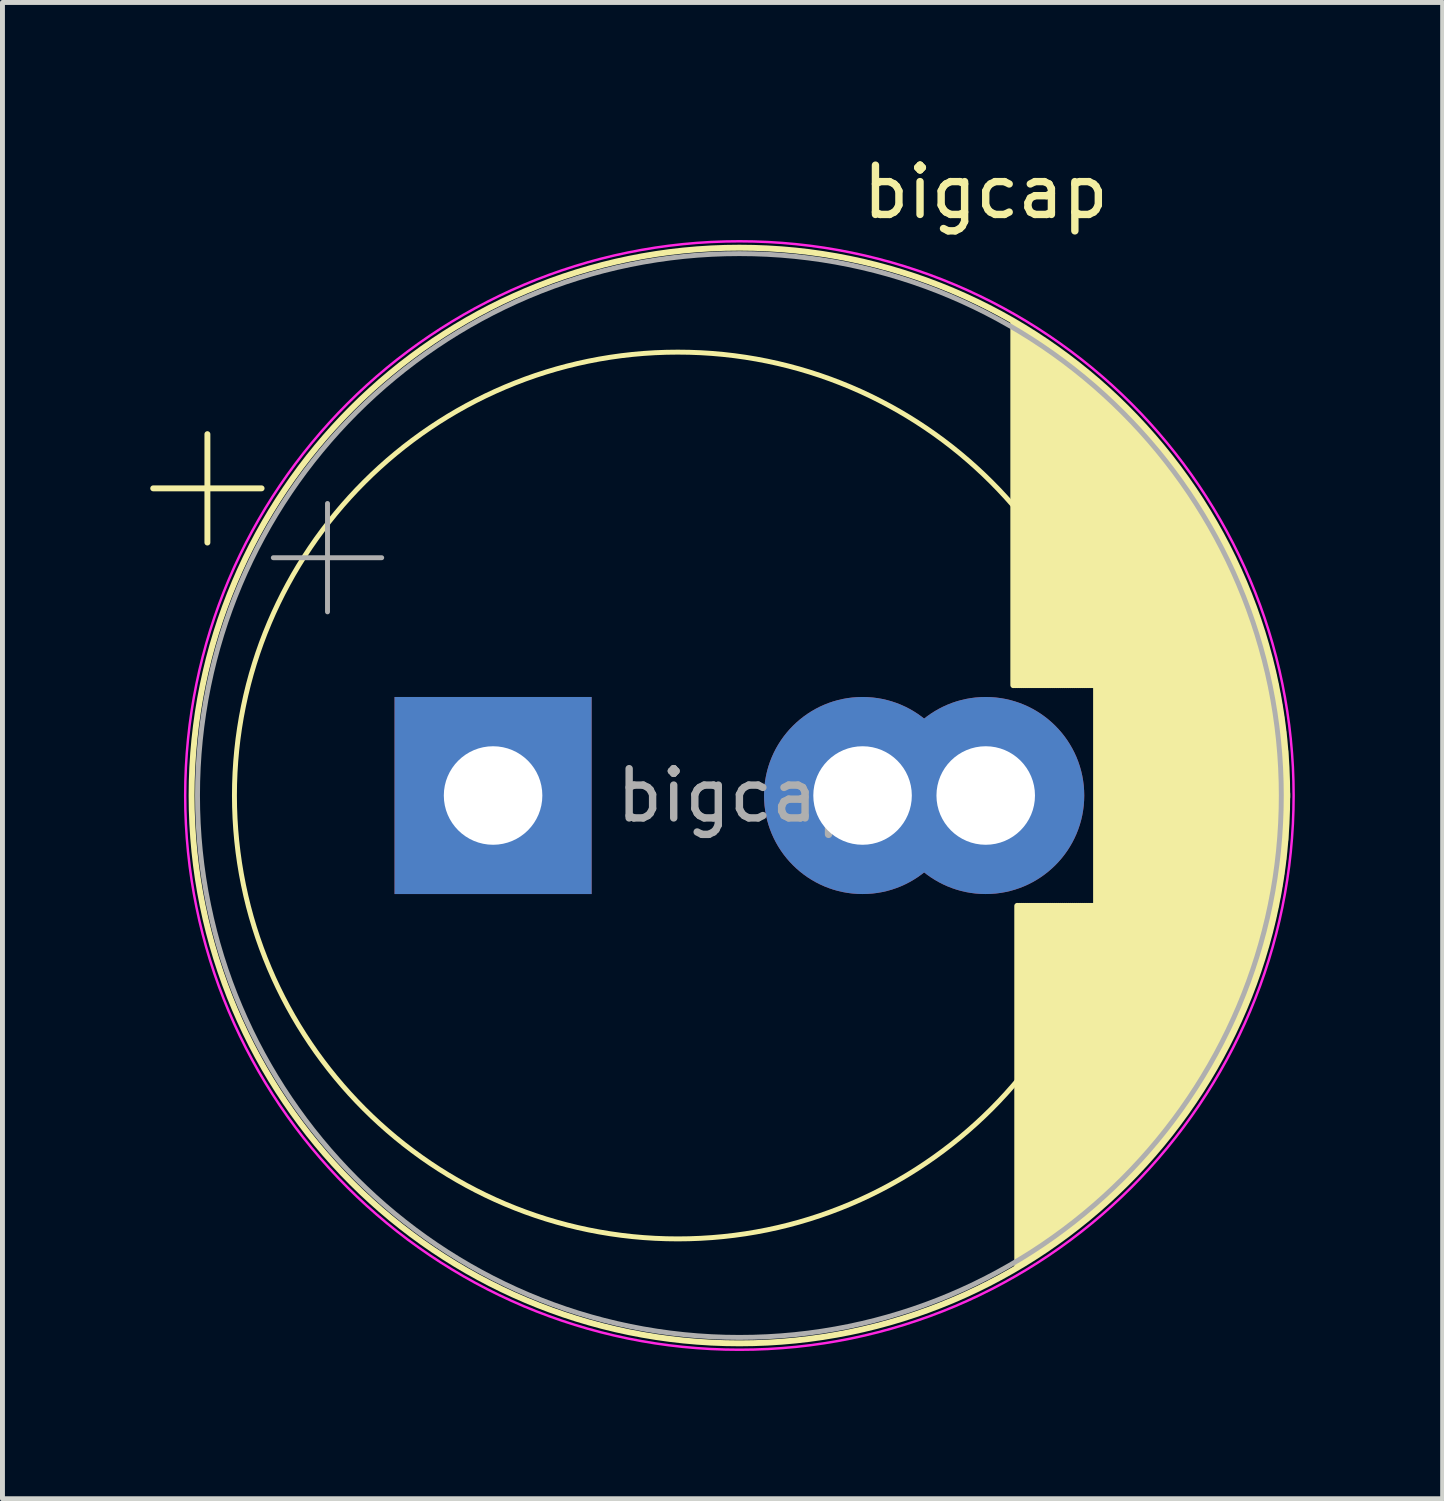
<source format=kicad_pcb>
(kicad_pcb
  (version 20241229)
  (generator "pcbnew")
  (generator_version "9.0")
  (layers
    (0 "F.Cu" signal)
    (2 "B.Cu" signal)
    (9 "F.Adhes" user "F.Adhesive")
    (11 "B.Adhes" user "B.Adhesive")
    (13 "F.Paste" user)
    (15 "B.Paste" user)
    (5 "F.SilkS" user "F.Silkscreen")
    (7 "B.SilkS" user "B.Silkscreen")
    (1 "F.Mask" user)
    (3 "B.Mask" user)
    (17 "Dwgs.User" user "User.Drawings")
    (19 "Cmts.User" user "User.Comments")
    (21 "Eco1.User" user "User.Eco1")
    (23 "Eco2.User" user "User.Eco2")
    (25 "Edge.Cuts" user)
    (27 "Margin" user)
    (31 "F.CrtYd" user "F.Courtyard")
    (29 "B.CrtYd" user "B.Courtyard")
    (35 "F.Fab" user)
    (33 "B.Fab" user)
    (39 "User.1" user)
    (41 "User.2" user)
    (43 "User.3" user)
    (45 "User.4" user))
  (footprint "bigcap"
    (layer "F.Cu")
    (at 11.959 13.098)
    (property "Reference" "bigcap" (at 5 -12.25 0) (layer "F.SilkS") (effects (font (size 1 1) (thickness 0.15))))
    (attr through_hole)
    (fp_line (start -11.899 -6.235) (end -9.699 -6.235) (stroke (width 0.12) (type solid)) (layer "F.SilkS"))
    (fp_line (start -10.799 -7.335) (end -10.799 -5.135) (stroke (width 0.12) (type solid)) (layer "F.SilkS"))
    (fp_line (start 5.56 -9.59) (end 5.56 -2.24) (stroke (width 0.12) (type solid)) (layer "F.SilkS"))
    (fp_line (start 5.6 -9.567) (end 5.6 -2.24) (stroke (width 0.12) (type solid)) (layer "F.SilkS"))
    (fp_line (start 5.64 -9.544) (end 5.64 -2.24) (stroke (width 0.12) (type solid)) (layer "F.SilkS"))
    (fp_line (start 5.64 2.24) (end 5.64 9.544) (stroke (width 0.12) (type solid)) (layer "F.SilkS"))
    (fp_line (start 5.68 -9.52) (end 5.68 -2.24) (stroke (width 0.12) (type solid)) (layer "F.SilkS"))
    (fp_line (start 5.68 2.24) (end 5.68 9.52) (stroke (width 0.12) (type solid)) (layer "F.SilkS"))
    (fp_line (start 5.72 -9.496) (end 5.72 -2.24) (stroke (width 0.12) (type solid)) (layer "F.SilkS"))
    (fp_line (start 5.72 2.24) (end 5.72 9.496) (stroke (width 0.12) (type solid)) (layer "F.SilkS"))
    (fp_line (start 5.76 -9.472) (end 5.76 -2.24) (stroke (width 0.12) (type solid)) (layer "F.SilkS"))
    (fp_line (start 5.76 2.24) (end 5.76 9.472) (stroke (width 0.12) (type solid)) (layer "F.SilkS"))
    (fp_line (start 5.8 -9.448) (end 5.8 -2.24) (stroke (width 0.12) (type solid)) (layer "F.SilkS"))
    (fp_line (start 5.8 2.24) (end 5.8 9.448) (stroke (width 0.12) (type solid)) (layer "F.SilkS"))
    (fp_line (start 5.84 -9.423) (end 5.84 -2.24) (stroke (width 0.12) (type solid)) (layer "F.SilkS"))
    (fp_line (start 5.84 2.24) (end 5.84 9.423) (stroke (width 0.12) (type solid)) (layer "F.SilkS"))
    (fp_line (start 5.88 -9.398) (end 5.88 -2.24) (stroke (width 0.12) (type solid)) (layer "F.SilkS"))
    (fp_line (start 5.88 2.24) (end 5.88 9.398) (stroke (width 0.12) (type solid)) (layer "F.SilkS"))
    (fp_line (start 5.92 -9.373) (end 5.92 -2.24) (stroke (width 0.12) (type solid)) (layer "F.SilkS"))
    (fp_line (start 5.92 2.24) (end 5.92 9.373) (stroke (width 0.12) (type solid)) (layer "F.SilkS"))
    (fp_line (start 5.96 -9.348) (end 5.96 -2.24) (stroke (width 0.12) (type solid)) (layer "F.SilkS"))
    (fp_line (start 5.96 2.24) (end 5.96 9.348) (stroke (width 0.12) (type solid)) (layer "F.SilkS"))
    (fp_line (start 6 -9.322) (end 6 -2.24) (stroke (width 0.12) (type solid)) (layer "F.SilkS"))
    (fp_line (start 6 2.24) (end 6 9.322) (stroke (width 0.12) (type solid)) (layer "F.SilkS"))
    (fp_line (start 6.04 -9.297) (end 6.04 -2.24) (stroke (width 0.12) (type solid)) (layer "F.SilkS"))
    (fp_line (start 6.04 2.24) (end 6.04 9.297) (stroke (width 0.12) (type solid)) (layer "F.SilkS"))
    (fp_line (start 6.08 -9.271) (end 6.08 -2.24) (stroke (width 0.12) (type solid)) (layer "F.SilkS"))
    (fp_line (start 6.08 2.24) (end 6.08 9.271) (stroke (width 0.12) (type solid)) (layer "F.SilkS"))
    (fp_line (start 6.12 -9.244) (end 6.12 -2.24) (stroke (width 0.12) (type solid)) (layer "F.SilkS"))
    (fp_line (start 6.12 2.24) (end 6.12 9.244) (stroke (width 0.12) (type solid)) (layer "F.SilkS"))
    (fp_line (start 6.16 -9.218) (end 6.16 -2.24) (stroke (width 0.12) (type solid)) (layer "F.SilkS"))
    (fp_line (start 6.16 2.24) (end 6.16 9.218) (stroke (width 0.12) (type solid)) (layer "F.SilkS"))
    (fp_line (start 6.2 -9.191) (end 6.2 -2.24) (stroke (width 0.12) (type solid)) (layer "F.SilkS"))
    (fp_line (start 6.2 2.24) (end 6.2 9.191) (stroke (width 0.12) (type solid)) (layer "F.SilkS"))
    (fp_line (start 6.24 -9.164) (end 6.24 -2.24) (stroke (width 0.12) (type solid)) (layer "F.SilkS"))
    (fp_line (start 6.24 2.24) (end 6.24 9.164) (stroke (width 0.12) (type solid)) (layer "F.SilkS"))
    (fp_line (start 6.28 -9.137) (end 6.28 -2.24) (stroke (width 0.12) (type solid)) (layer "F.SilkS"))
    (fp_line (start 6.28 2.24) (end 6.28 9.137) (stroke (width 0.12) (type solid)) (layer "F.SilkS"))
    (fp_line (start 6.32 -9.109) (end 6.32 -2.24) (stroke (width 0.12) (type solid)) (layer "F.SilkS"))
    (fp_line (start 6.32 2.24) (end 6.32 9.109) (stroke (width 0.12) (type solid)) (layer "F.SilkS"))
    (fp_line (start 6.36 -9.082) (end 6.36 -2.24) (stroke (width 0.12) (type solid)) (layer "F.SilkS"))
    (fp_line (start 6.36 2.24) (end 6.36 9.082) (stroke (width 0.12) (type solid)) (layer "F.SilkS"))
    (fp_line (start 6.4 -9.054) (end 6.4 -2.24) (stroke (width 0.12) (type solid)) (layer "F.SilkS"))
    (fp_line (start 6.4 2.24) (end 6.4 9.054) (stroke (width 0.12) (type solid)) (layer "F.SilkS"))
    (fp_line (start 6.44 -9.025) (end 6.44 -2.24) (stroke (width 0.12) (type solid)) (layer "F.SilkS"))
    (fp_line (start 6.44 2.24) (end 6.44 9.025) (stroke (width 0.12) (type solid)) (layer "F.SilkS"))
    (fp_line (start 6.48 -8.997) (end 6.48 -2.24) (stroke (width 0.12) (type solid)) (layer "F.SilkS"))
    (fp_line (start 6.48 2.24) (end 6.48 8.997) (stroke (width 0.12) (type solid)) (layer "F.SilkS"))
    (fp_line (start 6.52 -8.968) (end 6.52 -2.24) (stroke (width 0.12) (type solid)) (layer "F.SilkS"))
    (fp_line (start 6.52 2.24) (end 6.52 8.968) (stroke (width 0.12) (type solid)) (layer "F.SilkS"))
    (fp_line (start 6.56 -8.939) (end 6.56 -2.24) (stroke (width 0.12) (type solid)) (layer "F.SilkS"))
    (fp_line (start 6.56 2.24) (end 6.56 8.939) (stroke (width 0.12) (type solid)) (layer "F.SilkS"))
    (fp_line (start 6.6 -8.91) (end 6.6 -2.24) (stroke (width 0.12) (type solid)) (layer "F.SilkS"))
    (fp_line (start 6.6 2.24) (end 6.6 8.91) (stroke (width 0.12) (type solid)) (layer "F.SilkS"))
    (fp_line (start 6.64 -8.88) (end 6.64 -2.24) (stroke (width 0.12) (type solid)) (layer "F.SilkS"))
    (fp_line (start 6.64 2.24) (end 6.64 8.88) (stroke (width 0.12) (type solid)) (layer "F.SilkS"))
    (fp_line (start 6.68 -8.85) (end 6.68 -2.24) (stroke (width 0.12) (type solid)) (layer "F.SilkS"))
    (fp_line (start 6.68 2.24) (end 6.68 8.85) (stroke (width 0.12) (type solid)) (layer "F.SilkS"))
    (fp_line (start 6.72 -8.82) (end 6.72 -2.24) (stroke (width 0.12) (type solid)) (layer "F.SilkS"))
    (fp_line (start 6.72 2.24) (end 6.72 8.82) (stroke (width 0.12) (type solid)) (layer "F.SilkS"))
    (fp_line (start 6.76 -8.789) (end 6.76 -2.24) (stroke (width 0.12) (type solid)) (layer "F.SilkS"))
    (fp_line (start 6.76 2.24) (end 6.76 8.789) (stroke (width 0.12) (type solid)) (layer "F.SilkS"))
    (fp_line (start 6.8 -8.759) (end 6.8 -2.24) (stroke (width 0.12) (type solid)) (layer "F.SilkS"))
    (fp_line (start 6.8 2.24) (end 6.8 8.759) (stroke (width 0.12) (type solid)) (layer "F.SilkS"))
    (fp_line (start 6.84 -8.727) (end 6.84 -2.24) (stroke (width 0.12) (type solid)) (layer "F.SilkS"))
    (fp_line (start 6.84 2.24) (end 6.84 8.727) (stroke (width 0.12) (type solid)) (layer "F.SilkS"))
    (fp_line (start 6.88 -8.696) (end 6.88 -2.24) (stroke (width 0.12) (type solid)) (layer "F.SilkS"))
    (fp_line (start 6.88 2.24) (end 6.88 8.696) (stroke (width 0.12) (type solid)) (layer "F.SilkS"))
    (fp_line (start 6.92 -8.664) (end 6.92 -2.24) (stroke (width 0.12) (type solid)) (layer "F.SilkS"))
    (fp_line (start 6.92 2.24) (end 6.92 8.664) (stroke (width 0.12) (type solid)) (layer "F.SilkS"))
    (fp_line (start 6.96 -8.633) (end 6.96 -2.24) (stroke (width 0.12) (type solid)) (layer "F.SilkS"))
    (fp_line (start 6.96 2.24) (end 6.96 8.633) (stroke (width 0.12) (type solid)) (layer "F.SilkS"))
    (fp_line (start 7 -8.6) (end 7 -2.24) (stroke (width 0.12) (type solid)) (layer "F.SilkS"))
    (fp_line (start 7 2.24) (end 7 8.6) (stroke (width 0.12) (type solid)) (layer "F.SilkS"))
    (fp_line (start 7.04 -8.568) (end 7.04 -2.24) (stroke (width 0.12) (type solid)) (layer "F.SilkS"))
    (fp_line (start 7.04 2.24) (end 7.04 8.568) (stroke (width 0.12) (type solid)) (layer "F.SilkS"))
    (fp_line (start 7.08 -8.535) (end 7.08 -2.24) (stroke (width 0.12) (type solid)) (layer "F.SilkS"))
    (fp_line (start 7.08 2.24) (end 7.08 8.535) (stroke (width 0.12) (type solid)) (layer "F.SilkS"))
    (fp_line (start 7.12 -8.502) (end 7.12 -2.24) (stroke (width 0.12) (type solid)) (layer "F.SilkS"))
    (fp_line (start 7.12 2.24) (end 7.12 8.502) (stroke (width 0.12) (type solid)) (layer "F.SilkS"))
    (fp_line (start 7.16 -8.468) (end 7.16 -2.24) (stroke (width 0.12) (type solid)) (layer "F.SilkS"))
    (fp_line (start 7.16 2.24) (end 7.16 8.468) (stroke (width 0.12) (type solid)) (layer "F.SilkS"))
    (fp_line (start 7.2 -8.434) (end 7.2 -2.24) (stroke (width 0.12) (type solid)) (layer "F.SilkS"))
    (fp_line (start 7.2 2.24) (end 7.2 8.434) (stroke (width 0.12) (type solid)) (layer "F.SilkS"))
    (fp_line (start 7.24 -8.4) (end 7.24 8.4) (stroke (width 0.12) (type solid)) (layer "F.SilkS"))
    (fp_line (start 7.28 -8.366) (end 7.28 8.366) (stroke (width 0.12) (type solid)) (layer "F.SilkS"))
    (fp_line (start 7.32 -8.331) (end 7.32 8.331) (stroke (width 0.12) (type solid)) (layer "F.SilkS"))
    (fp_line (start 7.36 -8.296) (end 7.36 8.296) (stroke (width 0.12) (type solid)) (layer "F.SilkS"))
    (fp_line (start 7.4 -8.26) (end 7.4 8.26) (stroke (width 0.12) (type solid)) (layer "F.SilkS"))
    (fp_line (start 7.44 -8.224) (end 7.44 8.224) (stroke (width 0.12) (type solid)) (layer "F.SilkS"))
    (fp_line (start 7.48 -8.188) (end 7.48 8.188) (stroke (width 0.12) (type solid)) (layer "F.SilkS"))
    (fp_line (start 7.52 -8.152) (end 7.52 8.152) (stroke (width 0.12) (type solid)) (layer "F.SilkS"))
    (fp_line (start 7.56 -8.115) (end 7.56 8.115) (stroke (width 0.12) (type solid)) (layer "F.SilkS"))
    (fp_line (start 7.6 -8.078) (end 7.6 8.078) (stroke (width 0.12) (type solid)) (layer "F.SilkS"))
    (fp_line (start 7.64 -8.04) (end 7.64 8.04) (stroke (width 0.12) (type solid)) (layer "F.SilkS"))
    (fp_line (start 7.68 -8.002) (end 7.68 8.002) (stroke (width 0.12) (type solid)) (layer "F.SilkS"))
    (fp_line (start 7.72 -7.963) (end 7.72 7.963) (stroke (width 0.12) (type solid)) (layer "F.SilkS"))
    (fp_line (start 7.76 -7.925) (end 7.76 7.925) (stroke (width 0.12) (type solid)) (layer "F.SilkS"))
    (fp_line (start 7.8 -7.886) (end 7.8 7.886) (stroke (width 0.12) (type solid)) (layer "F.SilkS"))
    (fp_line (start 7.84 -7.846) (end 7.84 7.846) (stroke (width 0.12) (type solid)) (layer "F.SilkS"))
    (fp_line (start 7.88 -7.806) (end 7.88 7.806) (stroke (width 0.12) (type solid)) (layer "F.SilkS"))
    (fp_line (start 7.92 -7.766) (end 7.92 7.766) (stroke (width 0.12) (type solid)) (layer "F.SilkS"))
    (fp_line (start 7.96 -7.725) (end 7.96 7.725) (stroke (width 0.12) (type solid)) (layer "F.SilkS"))
    (fp_line (start 8 -7.684) (end 8 7.684) (stroke (width 0.12) (type solid)) (layer "F.SilkS"))
    (fp_line (start 8.04 -7.642) (end 8.04 7.642) (stroke (width 0.12) (type solid)) (layer "F.SilkS"))
    (fp_line (start 8.08 -7.6) (end 8.08 7.6) (stroke (width 0.12) (type solid)) (layer "F.SilkS"))
    (fp_line (start 8.12 -7.557) (end 8.12 7.557) (stroke (width 0.12) (type solid)) (layer "F.SilkS"))
    (fp_line (start 8.16 -7.514) (end 8.16 7.514) (stroke (width 0.12) (type solid)) (layer "F.SilkS"))
    (fp_line (start 8.2 -7.471) (end 8.2 7.471) (stroke (width 0.12) (type solid)) (layer "F.SilkS"))
    (fp_line (start 8.24 -7.427) (end 8.24 7.427) (stroke (width 0.12) (type solid)) (layer "F.SilkS"))
    (fp_line (start 8.28 -7.383) (end 8.28 7.383) (stroke (width 0.12) (type solid)) (layer "F.SilkS"))
    (fp_line (start 8.32 -7.338) (end 8.32 7.338) (stroke (width 0.12) (type solid)) (layer "F.SilkS"))
    (fp_line (start 8.36 -7.292) (end 8.36 7.292) (stroke (width 0.12) (type solid)) (layer "F.SilkS"))
    (fp_line (start 8.4 -7.247) (end 8.4 7.247) (stroke (width 0.12) (type solid)) (layer "F.SilkS"))
    (fp_line (start 8.44 -7.2) (end 8.44 7.2) (stroke (width 0.12) (type solid)) (layer "F.SilkS"))
    (fp_line (start 8.48 -7.153) (end 8.48 7.153) (stroke (width 0.12) (type solid)) (layer "F.SilkS"))
    (fp_line (start 8.52 -7.106) (end 8.52 7.106) (stroke (width 0.12) (type solid)) (layer "F.SilkS"))
    (fp_line (start 8.56 -7.058) (end 8.56 7.058) (stroke (width 0.12) (type solid)) (layer "F.SilkS"))
    (fp_line (start 8.6 -7.009) (end 8.6 7.009) (stroke (width 0.12) (type solid)) (layer "F.SilkS"))
    (fp_line (start 8.64 -6.96) (end 8.64 6.96) (stroke (width 0.12) (type solid)) (layer "F.SilkS"))
    (fp_line (start 8.68 -6.911) (end 8.68 6.911) (stroke (width 0.12) (type solid)) (layer "F.SilkS"))
    (fp_line (start 8.72 -6.86) (end 8.72 6.86) (stroke (width 0.12) (type solid)) (layer "F.SilkS"))
    (fp_line (start 8.76 -6.81) (end 8.76 6.81) (stroke (width 0.12) (type solid)) (layer "F.SilkS"))
    (fp_line (start 8.8 -6.758) (end 8.8 6.758) (stroke (width 0.12) (type solid)) (layer "F.SilkS"))
    (fp_line (start 8.84 -6.706) (end 8.84 6.706) (stroke (width 0.12) (type solid)) (layer "F.SilkS"))
    (fp_line (start 8.88 -6.653) (end 8.88 6.653) (stroke (width 0.12) (type solid)) (layer "F.SilkS"))
    (fp_line (start 8.92 -6.6) (end 8.92 6.6) (stroke (width 0.12) (type solid)) (layer "F.SilkS"))
    (fp_line (start 8.96 -6.546) (end 8.96 6.546) (stroke (width 0.12) (type solid)) (layer "F.SilkS"))
    (fp_line (start 9 -6.491) (end 9 6.491) (stroke (width 0.12) (type solid)) (layer "F.SilkS"))
    (fp_line (start 9.04 -6.436) (end 9.04 6.436) (stroke (width 0.12) (type solid)) (layer "F.SilkS"))
    (fp_line (start 9.08 -6.379) (end 9.08 6.379) (stroke (width 0.12) (type solid)) (layer "F.SilkS"))
    (fp_line (start 9.12 -6.322) (end 9.12 6.322) (stroke (width 0.12) (type solid)) (layer "F.SilkS"))
    (fp_line (start 9.16 -6.265) (end 9.16 6.265) (stroke (width 0.12) (type solid)) (layer "F.SilkS"))
    (fp_line (start 9.2 -6.206) (end 9.2 6.206) (stroke (width 0.12) (type solid)) (layer "F.SilkS"))
    (fp_line (start 9.24 -6.147) (end 9.24 6.147) (stroke (width 0.12) (type solid)) (layer "F.SilkS"))
    (fp_line (start 9.28 -6.087) (end 9.28 6.087) (stroke (width 0.12) (type solid)) (layer "F.SilkS"))
    (fp_line (start 9.32 -6.026) (end 9.32 6.026) (stroke (width 0.12) (type solid)) (layer "F.SilkS"))
    (fp_line (start 9.36 -5.964) (end 9.36 5.964) (stroke (width 0.12) (type solid)) (layer "F.SilkS"))
    (fp_line (start 9.4 -5.901) (end 9.4 5.901) (stroke (width 0.12) (type solid)) (layer "F.SilkS"))
    (fp_line (start 9.44 -5.837) (end 9.44 5.837) (stroke (width 0.12) (type solid)) (layer "F.SilkS"))
    (fp_line (start 9.48 -5.772) (end 9.48 5.772) (stroke (width 0.12) (type solid)) (layer "F.SilkS"))
    (fp_line (start 9.52 -5.707) (end 9.52 5.707) (stroke (width 0.12) (type solid)) (layer "F.SilkS"))
    (fp_line (start 9.56 -5.64) (end 9.56 5.64) (stroke (width 0.12) (type solid)) (layer "F.SilkS"))
    (fp_line (start 9.6 -5.572) (end 9.6 5.572) (stroke (width 0.12) (type solid)) (layer "F.SilkS"))
    (fp_line (start 9.64 -5.503) (end 9.64 5.503) (stroke (width 0.12) (type solid)) (layer "F.SilkS"))
    (fp_line (start 9.68 -5.433) (end 9.68 5.433) (stroke (width 0.12) (type solid)) (layer "F.SilkS"))
    (fp_line (start 9.72 -5.361) (end 9.72 5.361) (stroke (width 0.12) (type solid)) (layer "F.SilkS"))
    (fp_line (start 9.76 -5.289) (end 9.76 5.289) (stroke (width 0.12) (type solid)) (layer "F.SilkS"))
    (fp_line (start 9.8 -5.215) (end 9.8 5.215) (stroke (width 0.12) (type solid)) (layer "F.SilkS"))
    (fp_line (start 9.84 -5.14) (end 9.84 5.14) (stroke (width 0.12) (type solid)) (layer "F.SilkS"))
    (fp_line (start 9.88 -5.063) (end 9.88 5.063) (stroke (width 0.12) (type solid)) (layer "F.SilkS"))
    (fp_line (start 9.92 -4.985) (end 9.92 4.985) (stroke (width 0.12) (type solid)) (layer "F.SilkS"))
    (fp_line (start 9.96 -4.905) (end 9.96 4.905) (stroke (width 0.12) (type solid)) (layer "F.SilkS"))
    (fp_line (start 10 -4.824) (end 10 4.824) (stroke (width 0.12) (type solid)) (layer "F.SilkS"))
    (fp_line (start 10.04 -4.74) (end 10.04 4.74) (stroke (width 0.12) (type solid)) (layer "F.SilkS"))
    (fp_line (start 10.08 -4.656) (end 10.08 4.656) (stroke (width 0.12) (type solid)) (layer "F.SilkS"))
    (fp_line (start 10.12 -4.569) (end 10.12 4.569) (stroke (width 0.12) (type solid)) (layer "F.SilkS"))
    (fp_line (start 10.16 -4.48) (end 10.16 4.48) (stroke (width 0.12) (type solid)) (layer "F.SilkS"))
    (fp_line (start 10.2 -4.389) (end 10.2 4.389) (stroke (width 0.12) (type solid)) (layer "F.SilkS"))
    (fp_line (start 10.24 -4.296) (end 10.24 4.296) (stroke (width 0.12) (type solid)) (layer "F.SilkS"))
    (fp_line (start 10.28 -4.2) (end 10.28 4.2) (stroke (width 0.12) (type solid)) (layer "F.SilkS"))
    (fp_line (start 10.32 -4.101) (end 10.32 4.101) (stroke (width 0.12) (type solid)) (layer "F.SilkS"))
    (fp_line (start 10.36 -4) (end 10.36 4) (stroke (width 0.12) (type solid)) (layer "F.SilkS"))
    (fp_line (start 10.4 -3.896) (end 10.4 3.896) (stroke (width 0.12) (type solid)) (layer "F.SilkS"))
    (fp_line (start 10.44 -3.789) (end 10.44 3.789) (stroke (width 0.12) (type solid)) (layer "F.SilkS"))
    (fp_line (start 10.48 -3.678) (end 10.48 3.678) (stroke (width 0.12) (type solid)) (layer "F.SilkS"))
    (fp_line (start 10.52 -3.563) (end 10.52 3.563) (stroke (width 0.12) (type solid)) (layer "F.SilkS"))
    (fp_line (start 10.56 -3.444) (end 10.56 3.444) (stroke (width 0.12) (type solid)) (layer "F.SilkS"))
    (fp_line (start 10.6 -3.321) (end 10.6 3.321) (stroke (width 0.12) (type solid)) (layer "F.SilkS"))
    (fp_line (start 10.64 -3.192) (end 10.64 3.192) (stroke (width 0.12) (type solid)) (layer "F.SilkS"))
    (fp_line (start 10.68 -3.057) (end 10.68 3.057) (stroke (width 0.12) (type solid)) (layer "F.SilkS"))
    (fp_line (start 10.72 -2.916) (end 10.72 2.916) (stroke (width 0.12) (type solid)) (layer "F.SilkS"))
    (fp_line (start 10.76 -2.767) (end 10.76 2.767) (stroke (width 0.12) (type solid)) (layer "F.SilkS"))
    (fp_line (start 10.8 -2.608) (end 10.8 2.608) (stroke (width 0.12) (type solid)) (layer "F.SilkS"))
    (fp_line (start 10.84 -2.44) (end 10.84 2.44) (stroke (width 0.12) (type solid)) (layer "F.SilkS"))
    (fp_line (start 10.88 -2.258) (end 10.88 2.258) (stroke (width 0.12) (type solid)) (layer "F.SilkS"))
    (fp_line (start 10.92 -2.06) (end 10.92 2.06) (stroke (width 0.12) (type solid)) (layer "F.SilkS"))
    (fp_line (start 10.96 -1.84) (end 10.96 1.84) (stroke (width 0.12) (type solid)) (layer "F.SilkS"))
    (fp_line (start 11 -1.589) (end 11 1.589) (stroke (width 0.12) (type solid)) (layer "F.SilkS"))
    (fp_line (start 11.04 -1.291) (end 11.04 1.291) (stroke (width 0.12) (type solid)) (layer "F.SilkS"))
    (fp_line (start 11.08 -0.902) (end 11.08 0.902) (stroke (width 0.12) (type solid)) (layer "F.SilkS"))
    (fp_line (start 11.12 0.04) (end 11.12 -0.04) (stroke (width 0.12) (type solid)) (layer "F.SilkS"))
    (fp_circle (center -1.25 0) (end 7.75 0) (stroke (width 0.1) (type default)) (fill no) (layer "F.SilkS"))
    (fp_circle (center 0 0) (end 11.12 0) (stroke (width 0.12) (type solid)) (fill no) (layer "F.SilkS"))
    (fp_circle (center 0 0) (end 11.25 0) (stroke (width 0.05) (type solid)) (fill no) (layer "F.CrtYd"))
    (fp_line (start -9.461 -4.827) (end -7.261 -4.827) (stroke (width 0.1) (type solid)) (layer "F.Fab"))
    (fp_line (start -8.361 -5.928) (end -8.361 -3.728) (stroke (width 0.1) (type solid)) (layer "F.Fab"))
    (fp_circle (center 0 0) (end 11 0) (stroke (width 0.1) (type solid)) (fill no) (layer "F.Fab"))
    (fp_text user "${REFERENCE}" (at 0 0 0) (layer "F.Fab") (effects (font (size 1 1) (thickness 0.15))))
    (pad "1" thru_hole rect (at -5 0) (size 4 4) (drill 2) (layers "*.Cu" "*.Mask"))
    (pad "2" thru_hole circle (at 2.5 0) (size 4 4) (drill 2) (layers "*.Cu" "*.Mask"))
    (pad "2" thru_hole circle (at 5 0) (size 4 4) (drill 2) (layers "*.Cu" "*.Mask")))
  (gr_rect
    (start -3 -3)
    (end 26.234 27.373)
    (stroke (width 0.1) (type default))
    (fill no)
    (layer "Edge.Cuts")))
</source>
